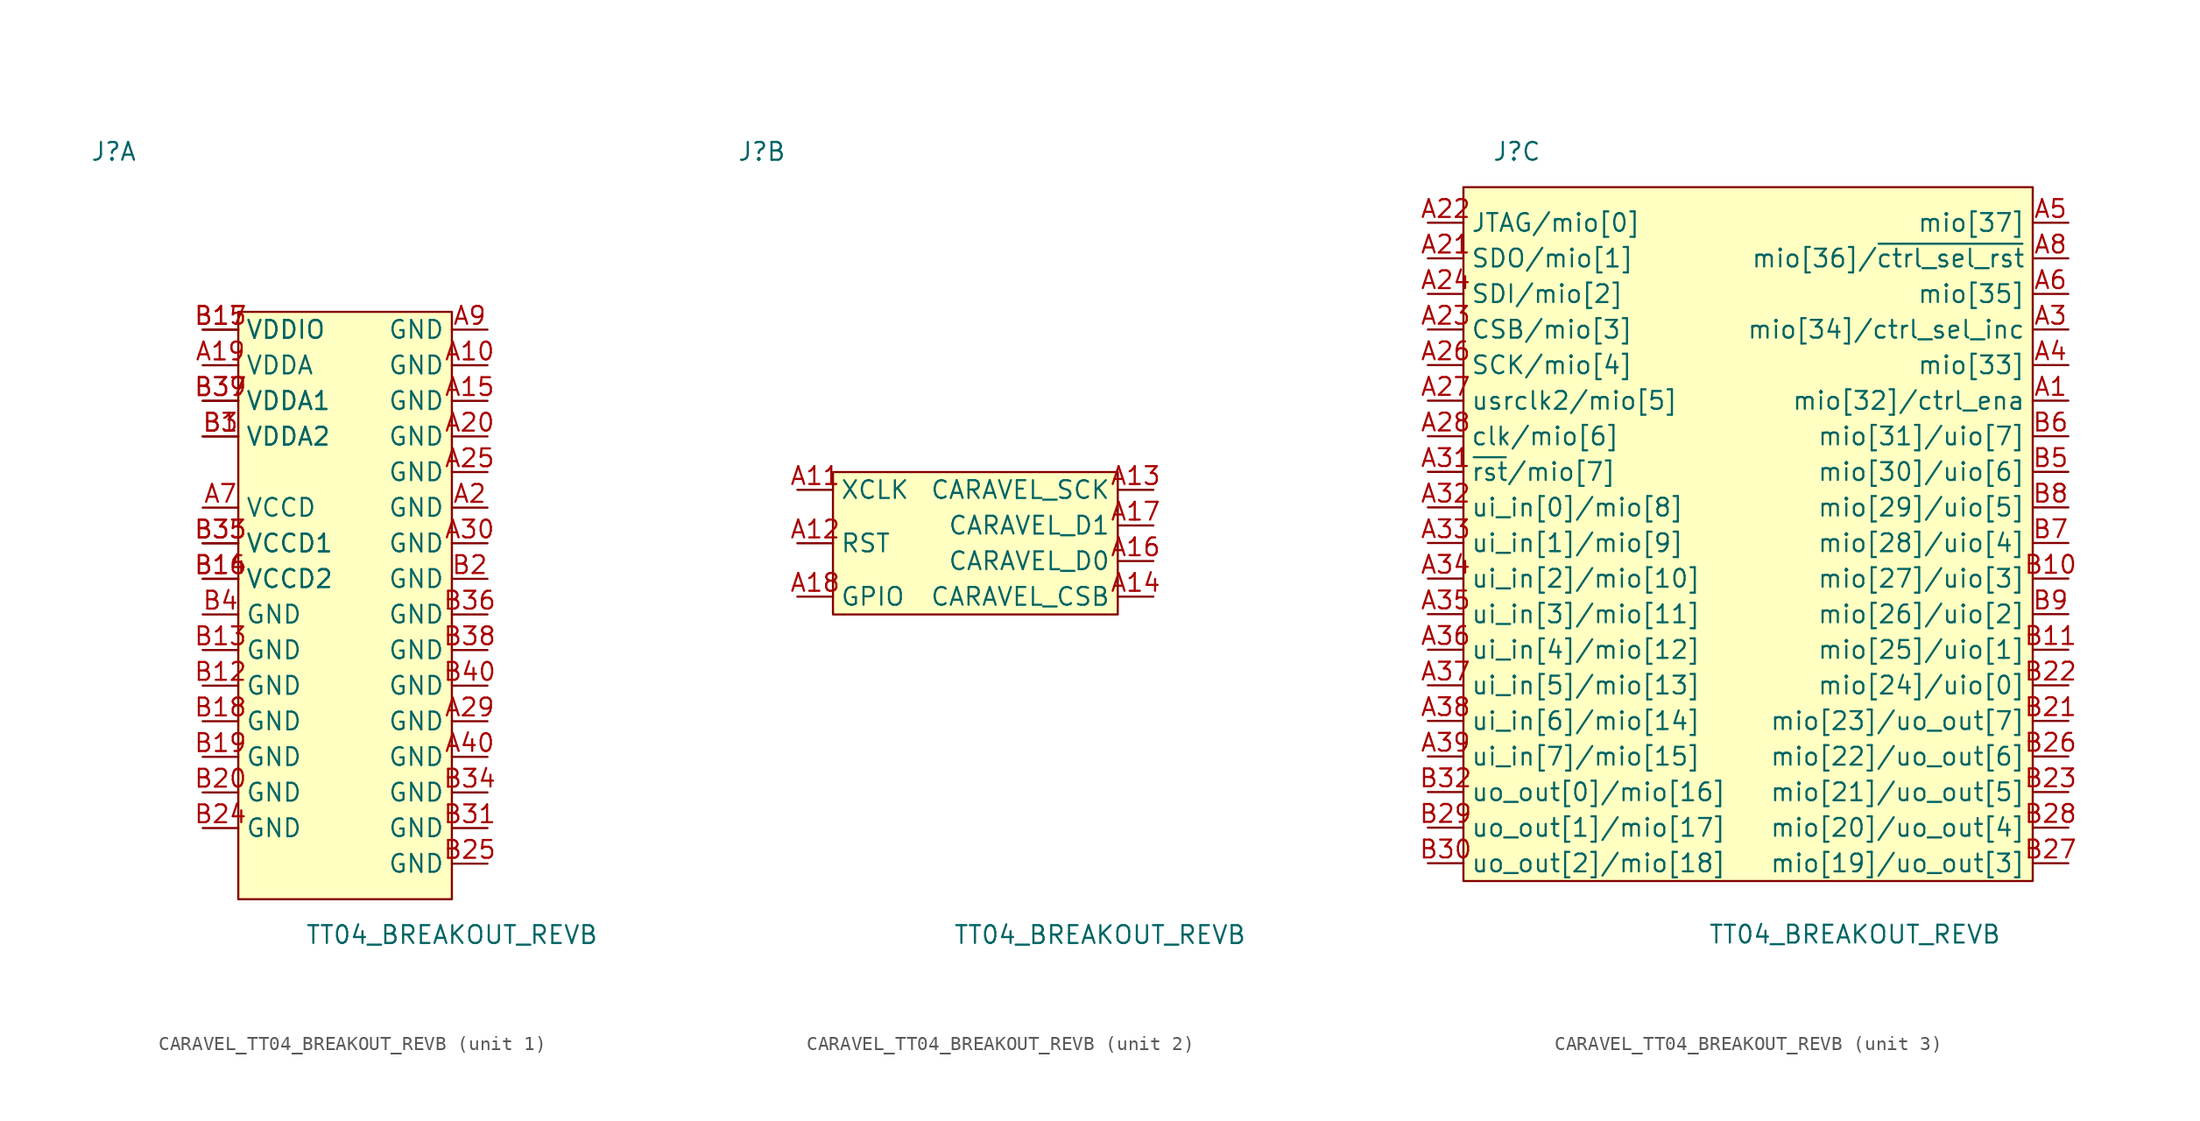
<source format=kicad_sym>
(kicad_symbol_lib
  (version 20220914)
  (generator kicad_symbol_editor)
  (symbol "CARAVEL_TT04_BREAKOUT_REVB"
    (property "Reference" "J"
      (at -16.51 25.4 0)
      (effects (font (size 1.27 1.27))))
    (property "Value" "TT04_BREAKOUT_REVB"
      (at 7.62 -30.48 0)
      (effects (font (size 1.27 1.27))))
    (property "ki_locked" ""
      (at 0 0 0)
      (effects (font (size 1.27 1.27))))
    (symbol "CARAVEL_TT04_BREAKOUT_REVB_1_1"
      (rectangle (start -7.62 13.97) (end 7.62 -27.94) (stroke (width 0) (type default)) (fill (type background)))
      (pin power_in line (at 10.16 10.16 180) (length 2.54) (name "GND" (effects (font (size 1.27 1.27)))) (number "A10" (effects (font (size 1.27 1.27)))))
      (pin power_in line (at 10.16 7.62 180) (length 2.54) (name "GND" (effects (font (size 1.27 1.27)))) (number "A15" (effects (font (size 1.27 1.27)))))
      (pin power_in line (at -10.16 10.16 0) (length 2.54) (name "VDDA" (effects (font (size 1.27 1.27)))) (number "A19" (effects (font (size 1.27 1.27)))))
      (pin power_in line (at 10.16 0 180) (length 2.54) (name "GND" (effects (font (size 1.27 1.27)))) (number "A2" (effects (font (size 1.27 1.27)))))
      (pin power_in line (at 10.16 5.08 180) (length 2.54) (name "GND" (effects (font (size 1.27 1.27)))) (number "A20" (effects (font (size 1.27 1.27)))))
      (pin power_in line (at 10.16 2.54 180) (length 2.54) (name "GND" (effects (font (size 1.27 1.27)))) (number "A25" (effects (font (size 1.27 1.27)))))
      (pin power_in line (at 10.16 -15.24 180) (length 2.54) (name "GND" (effects (font (size 1.27 1.27)))) (number "A29" (effects (font (size 1.27 1.27)))))
      (pin power_in line (at 10.16 -2.54 180) (length 2.54) (name "GND" (effects (font (size 1.27 1.27)))) (number "A30" (effects (font (size 1.27 1.27)))))
      (pin power_in line (at 10.16 -17.78 180) (length 2.54) (name "GND" (effects (font (size 1.27 1.27)))) (number "A40" (effects (font (size 1.27 1.27)))))
      (pin power_in line (at -10.16 0 0) (length 2.54) (name "VCCD" (effects (font (size 1.27 1.27)))) (number "A7" (effects (font (size 1.27 1.27)))))
      (pin power_in line (at 10.16 12.7 180) (length 2.54) (name "GND" (effects (font (size 1.27 1.27)))) (number "A9" (effects (font (size 1.27 1.27)))))
      (pin power_in line (at -10.16 5.08 0) (length 2.54) (name "VDDA2" (effects (font (size 1.27 1.27)))) (number "B1" (effects (font (size 1.27 1.27)))))
      (pin power_in line (at -10.16 -12.7 0) (length 2.54) (name "GND" (effects (font (size 1.27 1.27)))) (number "B12" (effects (font (size 1.27 1.27)))))
      (pin power_in line (at -10.16 -10.16 0) (length 2.54) (name "GND" (effects (font (size 1.27 1.27)))) (number "B13" (effects (font (size 1.27 1.27)))))
      (pin power_in line (at -10.16 -5.08 0) (length 2.54) (name "VCCD2" (effects (font (size 1.27 1.27)))) (number "B14" (effects (font (size 1.27 1.27)))))
      (pin power_in line (at -10.16 12.7 0) (length 2.54) (name "VDDIO" (effects (font (size 1.27 1.27)))) (number "B15" (effects (font (size 1.27 1.27)))))
      (pin power_in line (at -10.16 -5.08 0) (length 2.54) (name "VCCD2" (effects (font (size 1.27 1.27)))) (number "B16" (effects (font (size 1.27 1.27)))))
      (pin power_in line (at -10.16 12.7 0) (length 2.54) (name "VDDIO" (effects (font (size 1.27 1.27)))) (number "B17" (effects (font (size 1.27 1.27)))))
      (pin power_in line (at -10.16 -15.24 0) (length 2.54) (name "GND" (effects (font (size 1.27 1.27)))) (number "B18" (effects (font (size 1.27 1.27)))))
      (pin power_in line (at -10.16 -17.78 0) (length 2.54) (name "GND" (effects (font (size 1.27 1.27)))) (number "B19" (effects (font (size 1.27 1.27)))))
      (pin power_in line (at 10.16 -5.08 180) (length 2.54) (name "GND" (effects (font (size 1.27 1.27)))) (number "B2" (effects (font (size 1.27 1.27)))))
      (pin power_in line (at -10.16 -20.32 0) (length 2.54) (name "GND" (effects (font (size 1.27 1.27)))) (number "B20" (effects (font (size 1.27 1.27)))))
      (pin power_in line (at -10.16 -22.86 0) (length 2.54) (name "GND" (effects (font (size 1.27 1.27)))) (number "B24" (effects (font (size 1.27 1.27)))))
      (pin power_in line (at 10.16 -25.4 180) (length 2.54) (name "GND" (effects (font (size 1.27 1.27)))) (number "B25" (effects (font (size 1.27 1.27)))))
      (pin power_in line (at -10.16 5.08 0) (length 2.54) (name "VDDA2" (effects (font (size 1.27 1.27)))) (number "B3" (effects (font (size 1.27 1.27)))))
      (pin power_in line (at 10.16 -22.86 180) (length 2.54) (name "GND" (effects (font (size 1.27 1.27)))) (number "B31" (effects (font (size 1.27 1.27)))))
      (pin power_in line (at -10.16 -2.54 0) (length 2.54) (name "VCCD1" (effects (font (size 1.27 1.27)))) (number "B33" (effects (font (size 1.27 1.27)))))
      (pin power_in line (at 10.16 -20.32 180) (length 2.54) (name "GND" (effects (font (size 1.27 1.27)))) (number "B34" (effects (font (size 1.27 1.27)))))
      (pin power_in line (at -10.16 -2.54 0) (length 2.54) (name "VCCD1" (effects (font (size 1.27 1.27)))) (number "B35" (effects (font (size 1.27 1.27)))))
      (pin power_in line (at 10.16 -7.62 180) (length 2.54) (name "GND" (effects (font (size 1.27 1.27)))) (number "B36" (effects (font (size 1.27 1.27)))))
      (pin power_in line (at -10.16 7.62 0) (length 2.54) (name "VDDA1" (effects (font (size 1.27 1.27)))) (number "B37" (effects (font (size 1.27 1.27)))))
      (pin power_in line (at 10.16 -10.16 180) (length 2.54) (name "GND" (effects (font (size 1.27 1.27)))) (number "B38" (effects (font (size 1.27 1.27)))))
      (pin power_in line (at -10.16 7.62 0) (length 2.54) (name "VDDA1" (effects (font (size 1.27 1.27)))) (number "B39" (effects (font (size 1.27 1.27)))))
      (pin power_in line (at -10.16 -7.62 0) (length 2.54) (name "GND" (effects (font (size 1.27 1.27)))) (number "B4" (effects (font (size 1.27 1.27)))))
      (pin power_in line (at 10.16 -12.7 180) (length 2.54) (name "GND" (effects (font (size 1.27 1.27)))) (number "B40" (effects (font (size 1.27 1.27))))))
    (symbol "CARAVEL_TT04_BREAKOUT_REVB_2_1"
      (rectangle (start -11.43 2.54) (end 8.89 -7.62) (stroke (width 0) (type default)) (fill (type background)))
      (pin input line (at -13.97 1.27 0) (length 2.54) (name "XCLK" (effects (font (size 1.27 1.27)))) (number "A11" (effects (font (size 1.27 1.27)))))
      (pin input line (at -13.97 -2.54 0) (length 2.54) (name "RST" (effects (font (size 1.27 1.27)))) (number "A12" (effects (font (size 1.27 1.27)))))
      (pin input line (at 11.43 1.27 180) (length 2.54) (name "CARAVEL_SCK" (effects (font (size 1.27 1.27)))) (number "A13" (effects (font (size 1.27 1.27)))))
      (pin input line (at 11.43 -6.35 180) (length 2.54) (name "CARAVEL_CSB" (effects (font (size 1.27 1.27)))) (number "A14" (effects (font (size 1.27 1.27)))))
      (pin bidirectional line (at 11.43 -3.81 180) (length 2.54) (name "CARAVEL_D0" (effects (font (size 1.27 1.27)))) (number "A16" (effects (font (size 1.27 1.27)))))
      (pin bidirectional line (at 11.43 -1.27 180) (length 2.54) (name "CARAVEL_D1" (effects (font (size 1.27 1.27)))) (number "A17" (effects (font (size 1.27 1.27)))))
      (pin input line (at -13.97 -6.35 0) (length 2.54) (name "GPIO" (effects (font (size 1.27 1.27)))) (number "A18" (effects (font (size 1.27 1.27))))))
    (symbol "CARAVEL_TT04_BREAKOUT_REVB_3_1"
      (rectangle (start -20.32 22.86) (end 20.32 -26.67) (stroke (width 0) (type default)) (fill (type background)))
      (pin input line (at 22.86 7.62 180) (length 2.54) (name "mio[32]/ctrl_ena" (effects (font (size 1.27 1.27)))) (number "A1" (effects (font (size 1.27 1.27)))))
      (pin bidirectional line (at -22.86 17.78 0) (length 2.54) (name "SDO/mio[1]" (effects (font (size 1.27 1.27)))) (number "A21" (effects (font (size 1.27 1.27)))))
      (pin bidirectional line (at -22.86 20.32 0) (length 2.54) (name "JTAG/mio[0]" (effects (font (size 1.27 1.27)))) (number "A22" (effects (font (size 1.27 1.27)))))
      (pin bidirectional line (at -22.86 12.7 0) (length 2.54) (name "CSB/mio[3]" (effects (font (size 1.27 1.27)))) (number "A23" (effects (font (size 1.27 1.27)))))
      (pin bidirectional line (at -22.86 15.24 0) (length 2.54) (name "SDI/mio[2]" (effects (font (size 1.27 1.27)))) (number "A24" (effects (font (size 1.27 1.27)))))
      (pin bidirectional line (at -22.86 10.16 0) (length 2.54) (name "SCK/mio[4]" (effects (font (size 1.27 1.27)))) (number "A26" (effects (font (size 1.27 1.27)))))
      (pin output line (at -22.86 7.62 0) (length 2.54) (name "usrclk2/mio[5]" (effects (font (size 1.27 1.27)))) (number "A27" (effects (font (size 1.27 1.27)))))
      (pin input line (at -22.86 5.08 0) (length 2.54) (name "clk/mio[6]" (effects (font (size 1.27 1.27)))) (number "A28" (effects (font (size 1.27 1.27)))))
      (pin input line (at 22.86 12.7 180) (length 2.54) (name "mio[34]/ctrl_sel_inc" (effects (font (size 1.27 1.27)))) (number "A3" (effects (font (size 1.27 1.27)))))
      (pin input line (at -22.86 2.54 0) (length 2.54) (name "~{rst}/mio[7]" (effects (font (size 1.27 1.27)))) (number "A31" (effects (font (size 1.27 1.27)))))
      (pin input line (at -22.86 0 0) (length 2.54) (name "ui_in[0]/mio[8]" (effects (font (size 1.27 1.27)))) (number "A32" (effects (font (size 1.27 1.27)))))
      (pin input line (at -22.86 -2.54 0) (length 2.54) (name "ui_in[1]/mio[9]" (effects (font (size 1.27 1.27)))) (number "A33" (effects (font (size 1.27 1.27)))))
      (pin input line (at -22.86 -5.08 0) (length 2.54) (name "ui_in[2]/mio[10]" (effects (font (size 1.27 1.27)))) (number "A34" (effects (font (size 1.27 1.27)))))
      (pin input line (at -22.86 -7.62 0) (length 2.54) (name "ui_in[3]/mio[11]" (effects (font (size 1.27 1.27)))) (number "A35" (effects (font (size 1.27 1.27)))))
      (pin input line (at -22.86 -10.16 0) (length 2.54) (name "ui_in[4]/mio[12]" (effects (font (size 1.27 1.27)))) (number "A36" (effects (font (size 1.27 1.27)))))
      (pin input line (at -22.86 -12.7 0) (length 2.54) (name "ui_in[5]/mio[13]" (effects (font (size 1.27 1.27)))) (number "A37" (effects (font (size 1.27 1.27)))))
      (pin input line (at -22.86 -15.24 0) (length 2.54) (name "ui_in[6]/mio[14]" (effects (font (size 1.27 1.27)))) (number "A38" (effects (font (size 1.27 1.27)))))
      (pin input line (at -22.86 -17.78 0) (length 2.54) (name "ui_in[7]/mio[15]" (effects (font (size 1.27 1.27)))) (number "A39" (effects (font (size 1.27 1.27)))))
      (pin bidirectional line (at 22.86 10.16 180) (length 2.54) (name "mio[33]" (effects (font (size 1.27 1.27)))) (number "A4" (effects (font (size 1.27 1.27)))))
      (pin bidirectional line (at 22.86 20.32 180) (length 2.54) (name "mio[37]" (effects (font (size 1.27 1.27)))) (number "A5" (effects (font (size 1.27 1.27)))))
      (pin bidirectional line (at 22.86 15.24 180) (length 2.54) (name "mio[35]" (effects (font (size 1.27 1.27)))) (number "A6" (effects (font (size 1.27 1.27)))))
      (pin input line (at 22.86 17.78 180) (length 2.54) (name "mio[36]/~{ctrl_sel_rst}" (effects (font (size 1.27 1.27)))) (number "A8" (effects (font (size 1.27 1.27)))))
      (pin bidirectional line (at 22.86 -5.08 180) (length 2.54) (name "mio[27]/uio[3]" (effects (font (size 1.27 1.27)))) (number "B10" (effects (font (size 1.27 1.27)))))
      (pin bidirectional line (at 22.86 -10.16 180) (length 2.54) (name "mio[25]/uio[1]" (effects (font (size 1.27 1.27)))) (number "B11" (effects (font (size 1.27 1.27)))))
      (pin output line (at 22.86 -15.24 180) (length 2.54) (name "mio[23]/uo_out[7]" (effects (font (size 1.27 1.27)))) (number "B21" (effects (font (size 1.27 1.27)))))
      (pin bidirectional line (at 22.86 -12.7 180) (length 2.54) (name "mio[24]/uio[0]" (effects (font (size 1.27 1.27)))) (number "B22" (effects (font (size 1.27 1.27)))))
      (pin output line (at 22.86 -20.32 180) (length 2.54) (name "mio[21]/uo_out[5]" (effects (font (size 1.27 1.27)))) (number "B23" (effects (font (size 1.27 1.27)))))
      (pin output line (at 22.86 -17.78 180) (length 2.54) (name "mio[22]/uo_out[6]" (effects (font (size 1.27 1.27)))) (number "B26" (effects (font (size 1.27 1.27)))))
      (pin output line (at 22.86 -25.4 180) (length 2.54) (name "mio[19]/uo_out[3]" (effects (font (size 1.27 1.27)))) (number "B27" (effects (font (size 1.27 1.27)))))
      (pin output line (at 22.86 -22.86 180) (length 2.54) (name "mio[20]/uo_out[4]" (effects (font (size 1.27 1.27)))) (number "B28" (effects (font (size 1.27 1.27)))))
      (pin output line (at -22.86 -22.86 0) (length 2.54) (name "uo_out[1]/mio[17]" (effects (font (size 1.27 1.27)))) (number "B29" (effects (font (size 1.27 1.27)))))
      (pin output line (at -22.86 -25.4 0) (length 2.54) (name "uo_out[2]/mio[18]" (effects (font (size 1.27 1.27)))) (number "B30" (effects (font (size 1.27 1.27)))))
      (pin output line (at -22.86 -20.32 0) (length 2.54) (name "uo_out[0]/mio[16]" (effects (font (size 1.27 1.27)))) (number "B32" (effects (font (size 1.27 1.27)))))
      (pin bidirectional line (at 22.86 2.54 180) (length 2.54) (name "mio[30]/uio[6]" (effects (font (size 1.27 1.27)))) (number "B5" (effects (font (size 1.27 1.27)))))
      (pin bidirectional line (at 22.86 5.08 180) (length 2.54) (name "mio[31]/uio[7]" (effects (font (size 1.27 1.27)))) (number "B6" (effects (font (size 1.27 1.27)))))
      (pin bidirectional line (at 22.86 -2.54 180) (length 2.54) (name "mio[28]/uio[4]" (effects (font (size 1.27 1.27)))) (number "B7" (effects (font (size 1.27 1.27)))))
      (pin bidirectional line (at 22.86 0 180) (length 2.54) (name "mio[29]/uio[5]" (effects (font (size 1.27 1.27)))) (number "B8" (effects (font (size 1.27 1.27)))))
      (pin bidirectional line (at 22.86 -7.62 180) (length 2.54) (name "mio[26]/uio[2]" (effects (font (size 1.27 1.27)))) (number "B9" (effects (font (size 1.27 1.27))))))))
</source>
